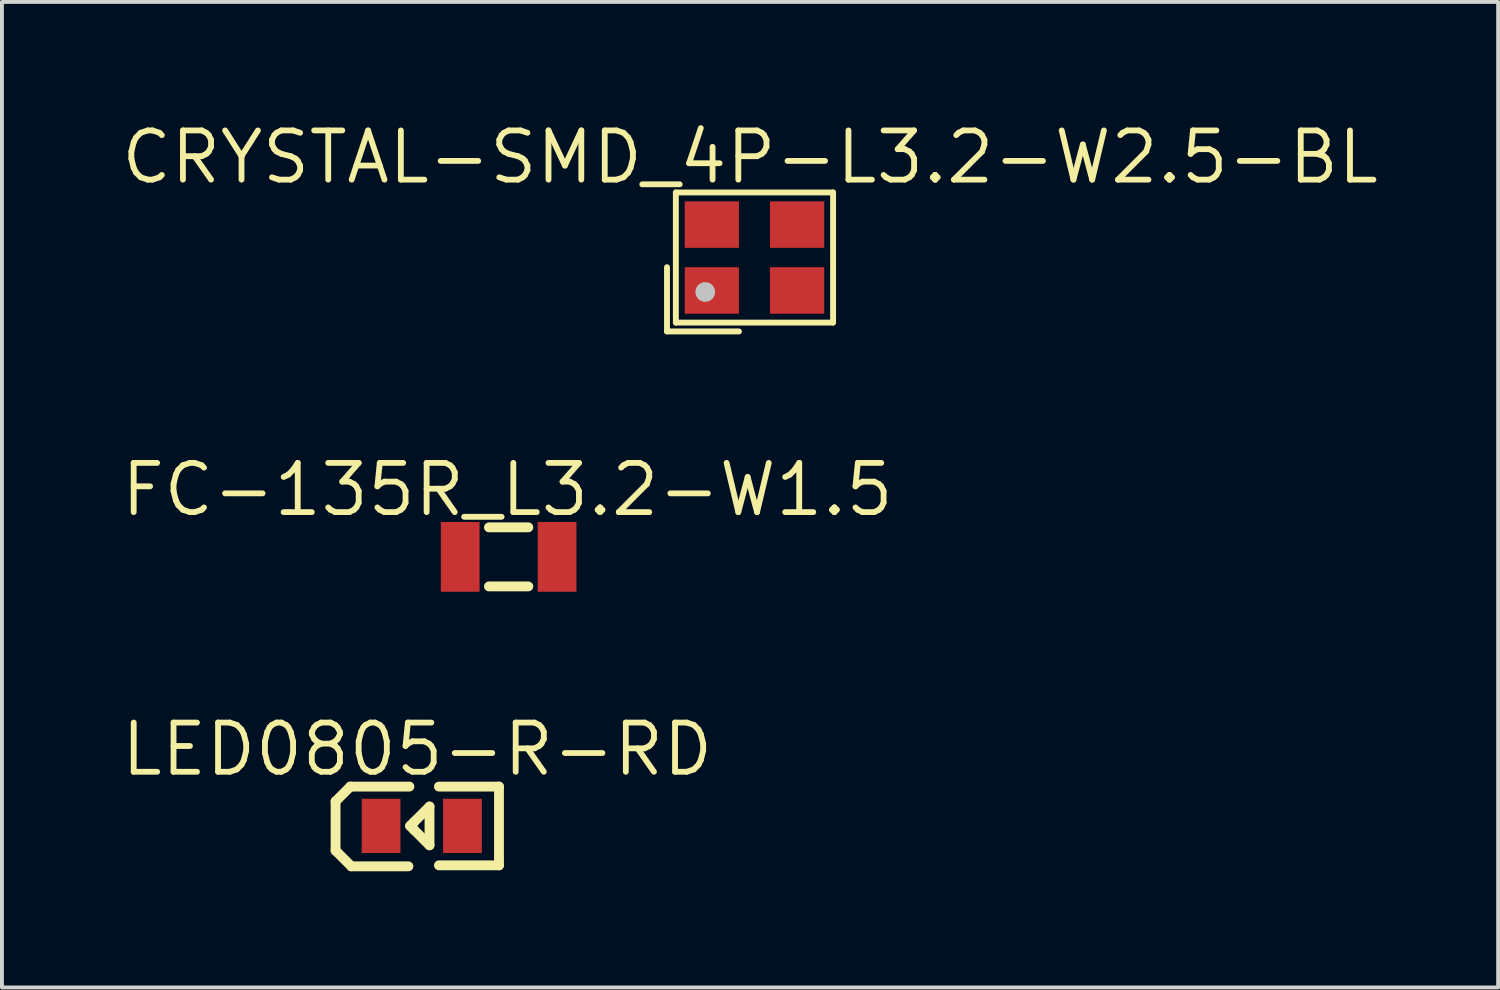
<source format=kicad_pcb>
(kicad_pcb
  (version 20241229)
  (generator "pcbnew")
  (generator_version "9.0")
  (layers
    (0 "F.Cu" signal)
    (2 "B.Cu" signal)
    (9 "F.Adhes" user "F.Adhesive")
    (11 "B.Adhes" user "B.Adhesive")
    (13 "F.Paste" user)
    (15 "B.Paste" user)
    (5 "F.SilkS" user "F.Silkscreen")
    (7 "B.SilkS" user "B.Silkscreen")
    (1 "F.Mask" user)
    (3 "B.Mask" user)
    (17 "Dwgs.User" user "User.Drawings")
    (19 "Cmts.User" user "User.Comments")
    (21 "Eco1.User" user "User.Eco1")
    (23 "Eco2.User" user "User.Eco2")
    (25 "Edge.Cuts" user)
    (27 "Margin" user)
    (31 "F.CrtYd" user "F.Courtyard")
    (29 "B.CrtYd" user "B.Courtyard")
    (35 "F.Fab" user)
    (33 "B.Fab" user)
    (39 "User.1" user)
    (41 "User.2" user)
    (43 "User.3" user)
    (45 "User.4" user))
  (footprint "LED0805-R-RD"
    (layer "F.Cu")
    (at 7.834 18.264)
    (property "Reference" "LED0805-R-RD" (at -0.116 -1.977 0) (layer "F.SilkS") (effects (font (size 1.27 1.27) (thickness 0.15))))
    (fp_line (start -2.224 -0.634) (end -1.843 -1.015) (stroke (width 0.254) (type default)) (layer "F.SilkS"))
    (fp_line (start -2.224 0.636) (end -2.224 -0.634) (stroke (width 0.254) (type default)) (layer "F.SilkS"))
    (fp_line (start -1.843 -1.015) (end -0.319 -1.015) (stroke (width 0.254) (type default)) (layer "F.SilkS"))
    (fp_line (start -1.817 1.043) (end -2.224 0.636) (stroke (width 0.254) (type default)) (layer "F.SilkS"))
    (fp_line (start -0.344 1.043) (end -1.817 1.043) (stroke (width 0.254) (type default)) (layer "F.SilkS"))
    (fp_line (start -0.3 0) (end -0.2 0.1) (stroke (width 0.254) (type default)) (layer "F.SilkS"))
    (fp_line (start -0.2 -0.1) (end -0.3 0) (stroke (width 0.254) (type default)) (layer "F.SilkS"))
    (fp_line (start -0.2 0.1) (end 0.2 0.5) (stroke (width 0.254) (type default)) (layer "F.SilkS"))
    (fp_line (start 0.2 -0.5) (end -0.2 -0.1) (stroke (width 0.254) (type default)) (layer "F.SilkS"))
    (fp_line (start 0.2 -0.5) (end 0.2 0.5) (stroke (width 0.254) (type default)) (layer "F.SilkS"))
    (fp_line (start 0.443 1.017) (end 1.993 1.017) (stroke (width 0.254) (type default)) (layer "F.SilkS"))
    (fp_line (start 1.993 -1.015) (end 0.443 -1.015) (stroke (width 0.254) (type default)) (layer "F.SilkS"))
    (fp_line (start 1.993 1.017) (end 1.993 -1.015) (stroke (width 0.254) (type default)) (layer "F.SilkS"))
    (fp_circle (center 1 -0.625) (end 1.03 -0.625) (stroke (width 0.06) (type default)) (fill no) (layer "User.5"))
    (pad "1" smd rect (at 1.05 0 180) (size 1 1.399) (layers "F.Cu" "F.Mask" "F.Paste"))
    (pad "2" smd rect (at -1.05 0 180) (size 1 1.399) (layers "F.Cu" "F.Mask" "F.Paste"))
    (zone (net_name "") (layer "Dwgs.User") (hatch edge 0.5) (priority 100) (connect_pads yes) (min_thickness 0) (filled_areas_thickness no) (fill yes) (polygon (pts (xy 7.339 18.373) (xy 6.239 18.373) (xy 6.239 18.173) (xy 7.339 18.173))) (filled_polygon (layer "Dwgs.User") (island) (pts (xy 7.339 18.373) (xy 6.239 18.373) (xy 6.239 18.173) (xy 7.339 18.173))))
    (zone (net_name "") (layer "Dwgs.User") (hatch edge 0.5) (priority 100) (connect_pads yes) (min_thickness 0) (filled_areas_thickness no) (fill yes) (polygon (pts (xy 8.328 18.204) (xy 9.428 18.204) (xy 9.428 18.404) (xy 8.328 18.404))) (filled_polygon (layer "Dwgs.User") (island) (pts (xy 8.328 18.204) (xy 9.428 18.204) (xy 9.428 18.404) (xy 8.328 18.404))))
    (zone (net_name "") (layer "Dwgs.User") (hatch edge 0.5) (priority 100) (connect_pads yes) (min_thickness 0) (filled_areas_thickness no) (fill yes) (polygon (pts (xy 8.775 18.819) (xy 8.775 17.719) (xy 8.975 17.719) (xy 8.975 18.819))) (filled_polygon (layer "Dwgs.User") (island) (pts (xy 8.775 18.819) (xy 8.775 17.719) (xy 8.975 17.719) (xy 8.975 18.819))))
    (zone (net_name "") (layer "User.3") (hatch edge 0.5) (priority 100) (connect_pads yes) (min_thickness 0) (filled_areas_thickness no) (fill yes) (polygon (pts (xy 6.834 18.889) (xy 6.834 17.639) (xy 8.834 17.639) (xy 8.834 18.889))) (filled_polygon (layer "User.3") (island) (pts (xy 6.834 18.889) (xy 6.834 17.639) (xy 8.834 17.639) (xy 8.834 18.889))))
    (zone (net_name "") (layer "User.4") (hatch edge 0.5) (priority 100) (connect_pads yes) (min_thickness 0) (filled_areas_thickness no) (fill yes) (polygon (pts (xy 7.234 18.889) (xy 6.834 18.889) (xy 6.834 17.639) (xy 7.234 17.639))) (filled_polygon (layer "User.4") (island) (pts (xy 7.234 18.889) (xy 6.834 18.889) (xy 6.834 17.639) (xy 7.234 17.639))))
    (zone (net_name "") (layer "User.4") (hatch edge 0.5) (priority 100) (connect_pads yes) (min_thickness 0) (filled_areas_thickness no) (fill yes) (polygon (pts (xy 8.834 18.889) (xy 8.434 18.889) (xy 8.434 17.639) (xy 8.834 17.639))) (filled_polygon (layer "User.4") (island) (pts (xy 8.834 18.889) (xy 8.434 18.889) (xy 8.434 17.639) (xy 8.834 17.639)))))
  (footprint "FC-135R_L3.2-W1.5"
    (layer "F.Cu")
    (at 10.076 11.321)
    (property "Reference" "FC-135R_L3.2-W1.5" (at -0.03 -1.735 0) (layer "F.SilkS") (effects (font (size 1.27 1.27) (thickness 0.15))))
    (fp_line (start -0.508 -0.762) (end 0.508 -0.762) (stroke (width 0.254) (type default)) (layer "F.SilkS"))
    (fp_line (start 0.508 0.762) (end -0.508 0.762) (stroke (width 0.254) (type default)) (layer "F.SilkS"))
    (fp_circle (center -1.75 0.9) (end -1.72 0.9) (stroke (width 0.06) (type default)) (fill no) (layer "User.5"))
    (pad "1" smd rect (at -1.25 0.0001 90) (size 1.8 1) (layers "F.Cu" "F.Mask" "F.Paste"))
    (pad "2" smd rect (at 1.25 0.0001 90) (size 1.8 1) (layers "F.Cu" "F.Mask" "F.Paste"))
    (zone (net_name "") (layer "User.3") (hatch edge 0.5) (priority 100) (connect_pads yes) (min_thickness 0) (filled_areas_thickness no) (fill yes) (polygon (pts (xy 8.326 10.421) (xy 11.826 10.421) (xy 11.826 12.221) (xy 8.326 12.221))) (filled_polygon (layer "User.3") (island) (pts (xy 8.326 10.421) (xy 11.826 10.421) (xy 11.826 12.221) (xy 8.326 12.221))))
    (zone (net_name "") (layer "User.4") (hatch edge 0.5) (priority 100) (connect_pads yes) (min_thickness 0) (filled_areas_thickness no) (fill yes) (polygon (pts (xy 8.326 12.221) (xy 8.326 10.421) (xy 9.326 10.421) (xy 9.326 12.221))) (filled_polygon (layer "User.4") (island) (pts (xy 8.326 12.221) (xy 8.326 10.421) (xy 9.326 10.421) (xy 9.326 12.221))))
    (zone (net_name "") (layer "User.4") (hatch edge 0.5) (priority 100) (connect_pads yes) (min_thickness 0) (filled_areas_thickness no) (fill yes) (polygon (pts (xy 10.826 12.221) (xy 10.826 10.421) (xy 11.826 10.421) (xy 11.826 12.221))) (filled_polygon (layer "User.4") (island) (pts (xy 10.826 12.221) (xy 10.826 10.421) (xy 11.826 10.421) (xy 11.826 12.221)))))
  (footprint "CRYSTAL-SMD_4P-L3.2-W2.5-BL"
    (layer "F.Cu")
    (at 16.42 3.596)
    (property "Reference" "CRYSTAL-SMD_4P-L3.2-W2.5-BL" (at -0.114 -2.59 0) (layer "F.SilkS") (effects (font (size 1.27 1.27) (thickness 0.15))))
    (fp_line (start -2.257 0.25) (end -2.257 1.907) (stroke (width 0.152) (type default)) (layer "F.SilkS"))
    (fp_line (start -2.257 1.907) (end -0.4 1.907) (stroke (width 0.152) (type default)) (layer "F.SilkS"))
    (fp_line (start -2.029 -1.679) (end 2.029 -1.679) (stroke (width 0.152) (type default)) (layer "F.SilkS"))
    (fp_line (start -2.029 1.679) (end -2.029 -1.679) (stroke (width 0.152) (type default)) (layer "F.SilkS"))
    (fp_line (start 2.029 -1.679) (end 2.029 1.679) (stroke (width 0.152) (type default)) (layer "F.SilkS"))
    (fp_line (start 2.029 1.679) (end -2.029 1.679) (stroke (width 0.152) (type default)) (layer "F.SilkS"))
    (fp_circle (center -1.27 0.889) (end -1.143 0.889) (stroke (width 0.254) (type default)) (fill no) (layer "Dwgs.User"))
    (fp_circle (center -1.6 1.25) (end -1.57 1.25) (stroke (width 0.06) (type default)) (fill no) (layer "User.5"))
    (pad "1" smd rect (at -1.1 0.85) (size 1.4 1.2) (layers "F.Cu" "F.Mask" "F.Paste"))
    (pad "2" smd rect (at 1.1 0.85) (size 1.4 1.2) (layers "F.Cu" "F.Mask" "F.Paste"))
    (pad "3" smd rect (at 1.1 -0.85) (size 1.4 1.2) (layers "F.Cu" "F.Mask" "F.Paste"))
    (pad "4" smd rect (at -1.1 -0.85) (size 1.4 1.2) (layers "F.Cu" "F.Mask" "F.Paste"))
    (zone (net_name "") (layer "User.3") (hatch edge 0.5) (priority 100) (connect_pads yes) (min_thickness 0) (filled_areas_thickness no) (fill yes) (polygon (pts (xy 14.82 4.846) (xy 14.82 2.346) (xy 18.02 2.346) (xy 18.02 4.846))) (filled_polygon (layer "User.3") (island) (pts (xy 14.82 4.846) (xy 14.82 2.346) (xy 18.02 2.346) (xy 18.02 4.846))))
    (zone (net_name "") (layer "User.4") (hatch edge 0.5) (priority 100) (connect_pads yes) (min_thickness 0) (filled_areas_thickness no) (fill yes) (polygon (pts (xy 14.92 2.446) (xy 15.82 2.446) (xy 15.82 3.246) (xy 14.92 3.246))) (filled_polygon (layer "User.4") (island) (pts (xy 14.92 2.446) (xy 15.82 2.446) (xy 15.82 3.246) (xy 14.92 3.246))))
    (zone (net_name "") (layer "User.4") (hatch edge 0.5) (priority 100) (connect_pads yes) (min_thickness 0) (filled_areas_thickness no) (fill yes) (polygon (pts (xy 14.92 3.946) (xy 15.82 3.946) (xy 15.82 4.746) (xy 14.92 4.746))) (filled_polygon (layer "User.4") (island) (pts (xy 14.92 3.946) (xy 15.82 3.946) (xy 15.82 4.746) (xy 14.92 4.746))))
    (zone (net_name "") (layer "User.4") (hatch edge 0.5) (priority 100) (connect_pads yes) (min_thickness 0) (filled_areas_thickness no) (fill yes) (polygon (pts (xy 17.02 2.446) (xy 17.92 2.446) (xy 17.92 3.246) (xy 17.02 3.246))) (filled_polygon (layer "User.4") (island) (pts (xy 17.02 2.446) (xy 17.92 2.446) (xy 17.92 3.246) (xy 17.02 3.246))))
    (zone (net_name "") (layer "User.4") (hatch edge 0.5) (priority 100) (connect_pads yes) (min_thickness 0) (filled_areas_thickness no) (fill yes) (polygon (pts (xy 17.02 3.946) (xy 17.92 3.946) (xy 17.92 4.746) (xy 17.02 4.746))) (filled_polygon (layer "User.4") (island) (pts (xy 17.02 3.946) (xy 17.92 3.946) (xy 17.92 4.746) (xy 17.02 4.746)))))
  (gr_rect
    (start -3 -3)
    (end 35.611 22.433)
    (stroke (width 0.1) (type default))
    (fill no)
    (layer "Edge.Cuts")))
</source>
